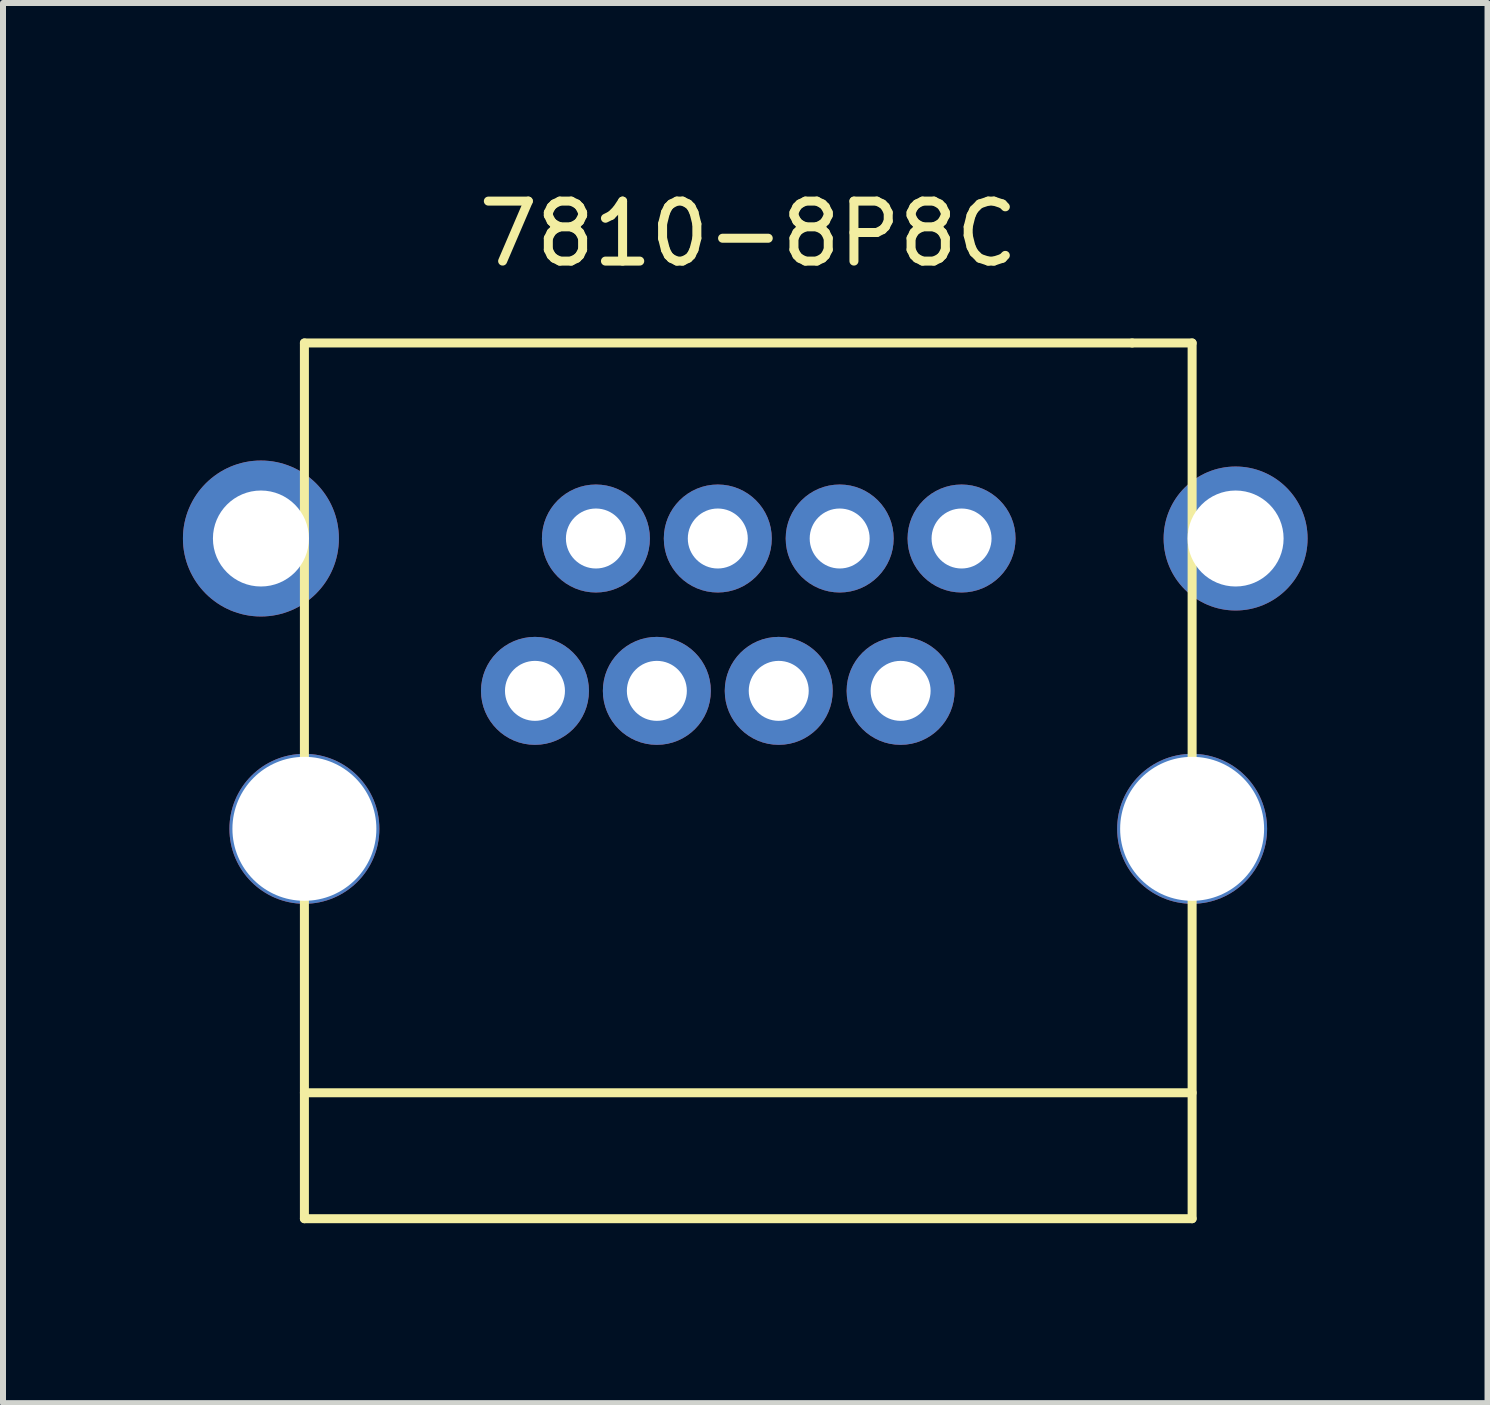
<source format=kicad_pcb>
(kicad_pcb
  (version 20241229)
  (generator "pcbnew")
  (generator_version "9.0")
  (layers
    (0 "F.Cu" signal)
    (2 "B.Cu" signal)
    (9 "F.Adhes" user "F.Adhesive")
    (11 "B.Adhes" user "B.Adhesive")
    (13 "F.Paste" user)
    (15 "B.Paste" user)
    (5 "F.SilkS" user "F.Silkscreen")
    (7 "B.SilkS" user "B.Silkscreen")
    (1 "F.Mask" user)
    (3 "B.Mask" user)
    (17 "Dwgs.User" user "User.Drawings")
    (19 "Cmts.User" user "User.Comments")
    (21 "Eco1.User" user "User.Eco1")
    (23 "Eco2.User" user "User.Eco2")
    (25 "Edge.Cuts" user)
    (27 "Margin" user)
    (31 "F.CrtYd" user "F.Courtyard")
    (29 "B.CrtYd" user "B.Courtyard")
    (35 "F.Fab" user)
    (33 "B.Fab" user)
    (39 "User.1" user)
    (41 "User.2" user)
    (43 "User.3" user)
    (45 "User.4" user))
  (footprint "7810-8P8C"
    (layer "F.Cu")
    (at 9.425 8.468)
    (property "Reference" "7810-8P8C" (at 0 -7.62 0) (layer "F.SilkS") (effects (font (size 1 1) (thickness 0.15))))
    (attr through_hole)
    (fp_line (start -7.4 -5.8) (end -7.4 8.8) (stroke (width 0.15) (type solid)) (layer "F.SilkS"))
    (fp_line (start -7.4 6.7) (end 7.4 6.7) (stroke (width 0.15) (type solid)) (layer "F.SilkS"))
    (fp_line (start -7.4 8.8) (end 7.4 8.8) (stroke (width 0.15) (type solid)) (layer "F.SilkS"))
    (fp_line (start 6.4 -5.8) (end -7.4 -5.8) (stroke (width 0.15) (type solid)) (layer "F.SilkS"))
    (fp_line (start 6.4 -5.8) (end 7.4 -5.8) (stroke (width 0.15) (type solid)) (layer "F.SilkS"))
    (fp_line (start 7.4 -5.8) (end 7.4 8.8) (stroke (width 0.15) (type solid)) (layer "F.SilkS"))
    (pad "" thru_hole circle (at -8.125 -2.54) (size 2.6 2.6) (drill 1.6) (layers "*.Cu" "*.Mask"))
    (pad "" np_thru_hole circle (at -7.4 2.3) (size 2.5 2.5) (drill 2.4) (layers "*.Cu" "*.Mask"))
    (pad "" np_thru_hole circle (at 7.4 2.3) (size 2.5 2.5) (drill 2.4) (layers "*.Cu" "*.Mask"))
    (pad "" thru_hole circle (at 8.125 -2.54) (size 2.4 2.4) (drill 1.6) (layers "*.Cu" "*.Mask"))
    (pad "1" thru_hole circle (at 3.556 -2.54) (size 1.8 1.8) (drill 1) (layers "*.Cu" "*.Mask"))
    (pad "2" thru_hole circle (at 2.54 0) (size 1.8 1.8) (drill 1) (layers "*.Cu" "*.Mask"))
    (pad "3" thru_hole circle (at 1.524 -2.54) (size 1.8 1.8) (drill 1) (layers "*.Cu" "*.Mask"))
    (pad "4" thru_hole circle (at 0.508 0) (size 1.8 1.8) (drill 1) (layers "*.Cu" "*.Mask"))
    (pad "5" thru_hole circle (at -0.508 -2.54) (size 1.8 1.8) (drill 1) (layers "*.Cu" "*.Mask"))
    (pad "6" thru_hole circle (at -1.524 0) (size 1.8 1.8) (drill 1) (layers "*.Cu" "*.Mask"))
    (pad "7" thru_hole circle (at -2.54 -2.54) (size 1.8 1.8) (drill 1) (layers "*.Cu" "*.Mask"))
    (pad "8" thru_hole circle (at -3.556 0) (size 1.8 1.8) (drill 1) (layers "*.Cu" "*.Mask")))
  (gr_rect
    (start -3 -3)
    (end 21.75 20.343)
    (stroke (width 0.1) (type default))
    (fill no)
    (layer "Edge.Cuts")))
</source>
